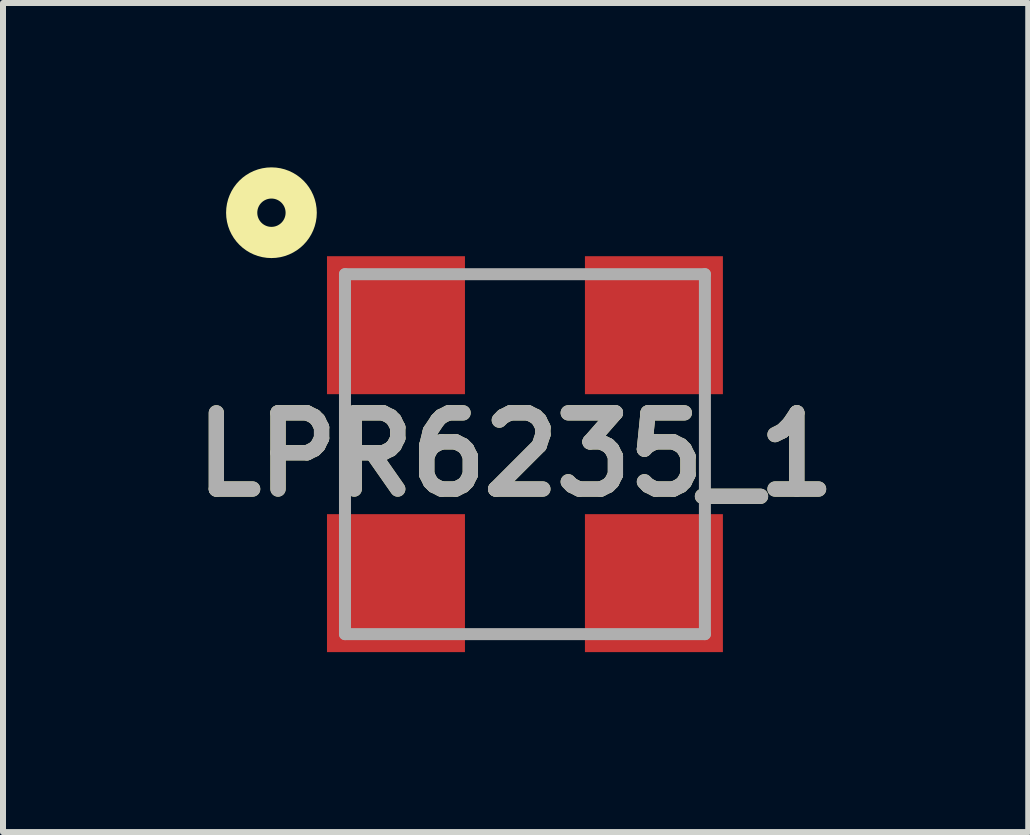
<source format=kicad_pcb>
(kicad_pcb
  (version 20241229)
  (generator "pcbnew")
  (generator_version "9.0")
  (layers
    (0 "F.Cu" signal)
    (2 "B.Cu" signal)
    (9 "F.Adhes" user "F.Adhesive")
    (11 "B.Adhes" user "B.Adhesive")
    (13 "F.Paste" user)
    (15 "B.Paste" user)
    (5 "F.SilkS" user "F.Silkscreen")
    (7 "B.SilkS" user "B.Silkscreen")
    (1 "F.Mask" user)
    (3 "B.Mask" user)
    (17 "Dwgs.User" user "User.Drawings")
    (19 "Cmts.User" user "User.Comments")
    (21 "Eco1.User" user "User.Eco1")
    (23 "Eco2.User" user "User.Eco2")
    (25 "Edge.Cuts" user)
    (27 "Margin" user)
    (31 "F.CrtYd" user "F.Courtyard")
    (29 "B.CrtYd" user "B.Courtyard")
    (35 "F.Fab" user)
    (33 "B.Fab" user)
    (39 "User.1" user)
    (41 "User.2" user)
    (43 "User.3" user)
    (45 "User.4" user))
  (footprint "LPR6235_1"
    (layer "F.Cu")
    (at 5.701 4.521)
    (property "Reference" "LPR6235_1" (at -0.155 0.007 0) (layer "F.SilkS") (effects (font (size 1.27 1.27) (thickness 0.254))))
    (attr smd)
    (fp_circle (center -4.226 -4.025) (end -4.226 -3.789) (stroke (width 0.52) (type solid)) (fill no) (layer "F.SilkS"))
    (fp_line (start -3 -3) (end 3 -3) (stroke (width 0.2) (type solid)) (layer "F.Fab"))
    (fp_line (start -3 3) (end -3 -3) (stroke (width 0.2) (type solid)) (layer "F.Fab"))
    (fp_line (start 3 -3) (end 3 3) (stroke (width 0.2) (type solid)) (layer "F.Fab"))
    (fp_line (start 3 3) (end -3 3) (stroke (width 0.2) (type solid)) (layer "F.Fab"))
    (fp_text user "${REFERENCE}" (at -0.155 0.007 0) (layer "F.Fab") (effects (font (size 1.27 1.27) (thickness 0.254))))
    (pad "1" smd rect (at -2.15 -2.15 90) (size 2.3 2.3) (layers "F.Cu" "F.Mask" "F.Paste"))
    (pad "2" smd rect (at -2.15 2.15 90) (size 2.3 2.3) (layers "F.Cu" "F.Mask" "F.Paste"))
    (pad "3" smd rect (at 2.15 2.15 90) (size 2.3 2.3) (layers "F.Cu" "F.Mask" "F.Paste"))
    (pad "4" smd rect (at 2.15 -2.15 90) (size 2.3 2.3) (layers "F.Cu" "F.Mask" "F.Paste")))
  (gr_rect
    (start -3 -3)
    (end 14.091 10.821)
    (stroke (width 0.1) (type default))
    (fill no)
    (layer "Edge.Cuts")))
</source>
